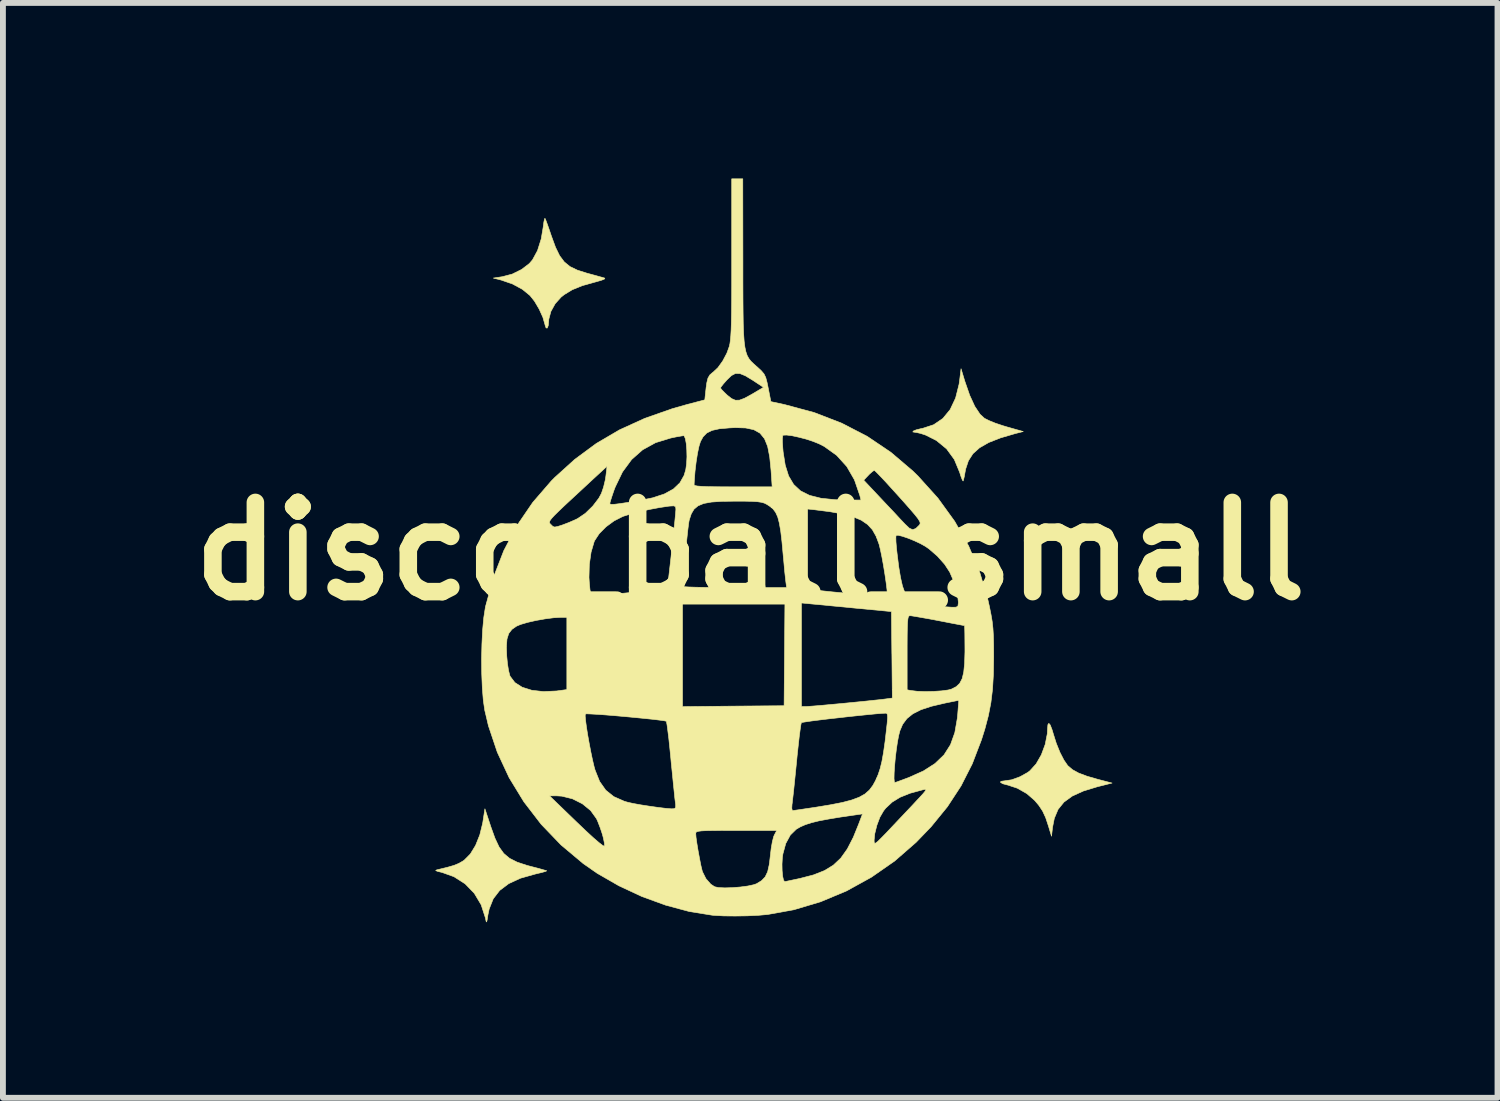
<source format=kicad_pcb>
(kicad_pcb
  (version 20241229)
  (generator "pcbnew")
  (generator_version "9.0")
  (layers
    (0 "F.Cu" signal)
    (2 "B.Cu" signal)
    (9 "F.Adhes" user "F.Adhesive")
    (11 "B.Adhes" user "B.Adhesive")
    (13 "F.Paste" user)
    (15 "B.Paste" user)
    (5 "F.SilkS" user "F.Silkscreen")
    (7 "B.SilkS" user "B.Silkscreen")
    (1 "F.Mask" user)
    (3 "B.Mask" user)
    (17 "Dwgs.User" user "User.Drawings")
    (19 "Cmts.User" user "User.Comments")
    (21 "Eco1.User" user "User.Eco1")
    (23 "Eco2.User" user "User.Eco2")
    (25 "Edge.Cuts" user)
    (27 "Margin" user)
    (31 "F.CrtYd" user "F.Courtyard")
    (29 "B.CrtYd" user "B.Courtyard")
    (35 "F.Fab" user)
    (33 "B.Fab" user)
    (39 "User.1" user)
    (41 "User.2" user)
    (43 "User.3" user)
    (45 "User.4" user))
  (footprint "disco_ball_small"
    (layer "F.Cu")
    (at 9.768 6.369)
    (property "Reference" "disco_ball_small" (at 0 0 0) (layer "F.SilkS") (effects (font (size 1.524 1.524) (thickness 0.3))))
    (attr through_hole)
    (fp_poly (pts (xy 3.666 -2.907) (xy 3.75 -2.665) (xy 3.837 -2.476) (xy 3.927 -2.341) (xy 4.002 -2.272) (xy 4.075 -2.235) (xy 4.185 -2.19) (xy 4.313 -2.147) (xy 4.386 -2.125) (xy 4.665 -2.046) (xy 4.527 -2.011) (xy 4.275 -1.937) (xy 4.074 -1.858) (xy 3.919 -1.769) (xy 3.805 -1.667) (xy 3.728 -1.547) (xy 3.681 -1.406) (xy 3.672 -1.358) (xy 3.657 -1.274) (xy 3.643 -1.216) (xy 3.637 -1.201) (xy 3.624 -1.219) (xy 3.601 -1.278) (xy 3.578 -1.35) (xy 3.487 -1.569) (xy 3.355 -1.75) (xy 3.181 -1.893) (xy 2.998 -1.985) (xy 2.91 -2.014) (xy 2.834 -2.031) (xy 2.815 -2.033) (xy 2.778 -2.039) (xy 2.788 -2.055) (xy 2.837 -2.075) (xy 2.917 -2.095) (xy 2.948 -2.101) (xy 3.134 -2.162) (xy 3.291 -2.269) (xy 3.416 -2.421) (xy 3.509 -2.618) (xy 3.569 -2.856) (xy 3.579 -2.93) (xy 3.602 -3.119) (xy 3.666 -2.907)) (stroke (width 0.01) (type solid)) (fill yes) (layer "F.SilkS"))
    (fp_poly (pts (xy -4.431 4.709) (xy -4.361 4.903) (xy -4.291 5.052) (xy -4.211 5.163) (xy -4.112 5.246) (xy -3.984 5.311) (xy -3.818 5.366) (xy -3.723 5.391) (xy -3.615 5.419) (xy -3.531 5.443) (xy -3.483 5.457) (xy -3.477 5.46) (xy -3.498 5.47) (xy -3.561 5.488) (xy -3.654 5.51) (xy -3.674 5.515) (xy -3.926 5.586) (xy -4.127 5.679) (xy -4.281 5.795) (xy -4.391 5.938) (xy -4.46 6.111) (xy -4.482 6.215) (xy -4.495 6.3) (xy -4.504 6.333) (xy -4.513 6.32) (xy -4.524 6.265) (xy -4.597 6.04) (xy -4.714 5.844) (xy -4.871 5.682) (xy -5.062 5.56) (xy -5.263 5.488) (xy -5.344 5.468) (xy -5.374 5.455) (xy -5.36 5.445) (xy -5.32 5.435) (xy -5.169 5.398) (xy -5.059 5.366) (xy -4.977 5.332) (xy -4.908 5.292) (xy -4.884 5.275) (xy -4.782 5.172) (xy -4.692 5.025) (xy -4.62 4.845) (xy -4.571 4.645) (xy -4.567 4.62) (xy -4.533 4.4) (xy -4.431 4.709)) (stroke (width 0.01) (type solid)) (fill yes) (layer "F.SilkS"))
    (fp_poly (pts (xy 5.126 2.968) (xy 5.157 3.048) (xy 5.177 3.115) (xy 5.229 3.28) (xy 5.292 3.436) (xy 5.36 3.568) (xy 5.424 3.661) (xy 5.428 3.665) (xy 5.505 3.731) (xy 5.611 3.789) (xy 5.754 3.843) (xy 5.934 3.895) (xy 6.182 3.96) (xy 5.931 4.023) (xy 5.692 4.096) (xy 5.503 4.182) (xy 5.361 4.285) (xy 5.26 4.41) (xy 5.196 4.562) (xy 5.166 4.713) (xy 5.148 4.868) (xy 5.097 4.699) (xy 5.048 4.551) (xy 4.996 4.439) (xy 4.931 4.341) (xy 4.861 4.258) (xy 4.727 4.141) (xy 4.564 4.048) (xy 4.397 3.993) (xy 4.394 3.993) (xy 4.316 3.972) (xy 4.277 3.949) (xy 4.283 3.931) (xy 4.337 3.923) (xy 4.34 3.923) (xy 4.468 3.904) (xy 4.61 3.852) (xy 4.741 3.779) (xy 4.779 3.75) (xy 4.885 3.633) (xy 4.974 3.478) (xy 5.04 3.3) (xy 5.076 3.118) (xy 5.08 3.041) (xy 5.086 2.963) (xy 5.102 2.94) (xy 5.126 2.968)) (stroke (width 0.01) (type solid)) (fill yes) (layer "F.SilkS"))
    (fp_poly (pts (xy -3.493 -5.659) (xy -3.466 -5.586) (xy -3.43 -5.483) (xy -3.397 -5.386) (xy -3.327 -5.195) (xy -3.257 -5.051) (xy -3.177 -4.944) (xy -3.079 -4.864) (xy -2.952 -4.803) (xy -2.788 -4.751) (xy -2.754 -4.742) (xy -2.644 -4.712) (xy -2.551 -4.686) (xy -2.492 -4.669) (xy -2.484 -4.666) (xy -2.488 -4.653) (xy -2.538 -4.632) (xy -2.623 -4.607) (xy -2.653 -4.599) (xy -2.87 -4.538) (xy -3.042 -4.468) (xy -3.178 -4.385) (xy -3.232 -4.342) (xy -3.333 -4.229) (xy -3.406 -4.097) (xy -3.441 -3.965) (xy -3.443 -3.937) (xy -3.451 -3.856) (xy -3.468 -3.814) (xy -3.488 -3.816) (xy -3.506 -3.868) (xy -3.508 -3.878) (xy -3.543 -3.999) (xy -3.606 -4.138) (xy -3.685 -4.272) (xy -3.763 -4.37) (xy -3.893 -4.476) (xy -4.061 -4.567) (xy -4.249 -4.632) (xy -4.251 -4.633) (xy -4.389 -4.668) (xy -4.237 -4.691) (xy -4.066 -4.736) (xy -3.906 -4.815) (xy -3.774 -4.916) (xy -3.72 -4.979) (xy -3.634 -5.137) (xy -3.571 -5.337) (xy -3.537 -5.539) (xy -3.526 -5.624) (xy -3.514 -5.678) (xy -3.507 -5.689) (xy -3.493 -5.659)) (stroke (width 0.01) (type solid)) (fill yes) (layer "F.SilkS"))
    (fp_poly (pts (xy -0.125 -4.95) (xy -0.125 -4.612) (xy -0.124 -4.324) (xy -0.122 -4.084) (xy -0.119 -3.885) (xy -0.113 -3.723) (xy -0.104 -3.592) (xy -0.091 -3.489) (xy -0.074 -3.409) (xy -0.052 -3.345) (xy -0.024 -3.294) (xy 0.01 -3.25) (xy 0.052 -3.209) (xy 0.101 -3.165) (xy 0.119 -3.15) (xy 0.189 -3.085) (xy 0.235 -3.031) (xy 0.265 -2.97) (xy 0.288 -2.884) (xy 0.307 -2.791) (xy 0.353 -2.557) (xy 0.593 -2.505) (xy 1.094 -2.37) (xy 1.562 -2.189) (xy 1.998 -1.964) (xy 2.403 -1.691) (xy 2.778 -1.372) (xy 2.866 -1.286) (xy 3.206 -0.909) (xy 3.494 -0.511) (xy 3.732 -0.091) (xy 3.92 0.355) (xy 4.061 0.829) (xy 4.087 0.945) (xy 4.114 1.08) (xy 4.134 1.198) (xy 4.147 1.316) (xy 4.155 1.446) (xy 4.159 1.604) (xy 4.16 1.804) (xy 4.16 1.806) (xy 4.155 2.101) (xy 4.14 2.357) (xy 4.112 2.587) (xy 4.069 2.809) (xy 4.009 3.037) (xy 3.951 3.221) (xy 3.794 3.631) (xy 3.602 4.009) (xy 3.369 4.365) (xy 3.09 4.707) (xy 2.834 4.973) (xy 2.468 5.292) (xy 2.07 5.569) (xy 1.646 5.803) (xy 1.201 5.989) (xy 0.744 6.125) (xy 0.296 6.206) (xy 0.137 6.22) (xy -0.054 6.229) (xy -0.257 6.232) (xy -0.451 6.23) (xy -0.615 6.221) (xy -0.649 6.218) (xy -1.041 6.155) (xy -1.446 6.046) (xy -1.852 5.898) (xy -2.246 5.714) (xy -2.616 5.501) (xy -2.854 5.335) (xy -3.233 5.017) (xy -3.572 4.664) (xy -3.868 4.279) (xy -3.929 4.179) (xy -3.429 4.179) (xy -2.963 4.629) (xy -2.808 4.777) (xy -2.68 4.895) (xy -2.582 4.979) (xy -2.518 5.028) (xy -2.49 5.039) (xy -2.489 5.037) (xy -2.491 4.989) (xy -2.507 4.907) (xy -2.526 4.834) (xy -2.531 4.819) (xy -0.931 4.819) (xy -0.926 4.887) (xy -0.911 4.992) (xy -0.89 5.119) (xy -0.866 5.249) (xy -0.843 5.367) (xy -0.822 5.454) (xy -0.816 5.475) (xy -0.757 5.593) (xy -0.674 5.688) (xy -0.607 5.732) (xy -0.54 5.746) (xy -0.433 5.751) (xy -0.304 5.747) (xy -0.167 5.736) (xy -0.04 5.719) (xy 0.061 5.697) (xy 0.107 5.681) (xy 0.194 5.628) (xy 0.256 5.563) (xy 0.298 5.475) (xy 0.326 5.351) (xy 0.327 5.345) (xy 0.543 5.345) (xy 0.545 5.456) (xy 0.554 5.552) (xy 0.569 5.619) (xy 0.588 5.644) (xy 0.622 5.638) (xy 0.698 5.622) (xy 0.802 5.6) (xy 0.857 5.588) (xy 1.083 5.529) (xy 1.268 5.456) (xy 1.42 5.363) (xy 1.548 5.242) (xy 1.659 5.086) (xy 1.738 4.933) (xy 2.117 4.933) (xy 2.118 4.969) (xy 2.124 4.988) (xy 2.143 4.986) (xy 2.178 4.959) (xy 2.236 4.902) (xy 2.323 4.813) (xy 2.421 4.709) (xy 2.541 4.582) (xy 2.662 4.454) (xy 2.772 4.338) (xy 2.858 4.245) (xy 2.88 4.222) (xy 2.955 4.14) (xy 2.994 4.092) (xy 3.002 4.071) (xy 2.982 4.068) (xy 2.949 4.075) (xy 2.732 4.134) (xy 2.56 4.203) (xy 2.425 4.286) (xy 2.315 4.389) (xy 2.278 4.436) (xy 2.216 4.543) (xy 2.164 4.681) (xy 2.128 4.825) (xy 2.117 4.933) (xy 1.738 4.933) (xy 1.761 4.888) (xy 1.852 4.664) (xy 1.919 4.487) (xy 1.799 4.504) (xy 1.544 4.541) (xy 1.339 4.575) (xy 1.174 4.606) (xy 1.044 4.638) (xy 0.942 4.671) (xy 0.859 4.707) (xy 0.788 4.748) (xy 0.788 4.748) (xy 0.685 4.849) (xy 0.607 4.993) (xy 0.558 5.172) (xy 0.549 5.234) (xy 0.543 5.345) (xy 0.327 5.345) (xy 0.343 5.207) (xy 0.358 5.079) (xy 0.378 4.963) (xy 0.4 4.877) (xy 0.41 4.852) (xy 0.453 4.77) (xy -0.239 4.77) (xy -0.455 4.77) (xy -0.621 4.771) (xy -0.743 4.773) (xy -0.829 4.777) (xy -0.884 4.784) (xy -0.915 4.793) (xy -0.928 4.805) (xy -0.931 4.819) (xy -2.531 4.819) (xy -2.563 4.724) (xy -2.604 4.618) (xy -2.626 4.569) (xy -2.727 4.429) (xy -2.868 4.314) (xy -3.037 4.229) (xy -3.218 4.184) (xy -3.314 4.178) (xy -3.429 4.179) (xy -3.929 4.179) (xy -4.119 3.868) (xy -4.321 3.434) (xy -4.473 2.981) (xy -4.512 2.814) (xy -2.82 2.814) (xy -2.813 2.892) (xy -2.798 3.004) (xy -2.777 3.138) (xy -2.751 3.283) (xy -2.723 3.429) (xy -2.695 3.563) (xy -2.668 3.677) (xy -2.651 3.738) (xy -2.573 3.933) (xy -2.468 4.082) (xy -2.331 4.192) (xy -2.152 4.271) (xy -2.09 4.289) (xy -2 4.309) (xy -1.873 4.332) (xy -1.725 4.355) (xy -1.577 4.376) (xy -1.445 4.392) (xy -1.349 4.4) (xy -1.344 4.4) (xy -1.294 4.398) (xy -1.288 4.392) (xy 0.71 4.392) (xy 0.719 4.429) (xy 0.723 4.431) (xy 0.759 4.426) (xy 0.839 4.415) (xy 0.953 4.398) (xy 1.088 4.378) (xy 1.115 4.374) (xy 1.369 4.332) (xy 1.574 4.292) (xy 1.736 4.249) (xy 1.862 4.202) (xy 1.96 4.147) (xy 2.036 4.08) (xy 2.096 4) (xy 2.142 3.916) (xy 2.157 3.881) (xy 2.457 3.881) (xy 2.462 3.939) (xy 2.47 3.951) (xy 2.502 3.942) (xy 2.573 3.916) (xy 2.67 3.88) (xy 2.71 3.865) (xy 2.96 3.753) (xy 3.158 3.626) (xy 3.311 3.479) (xy 3.422 3.305) (xy 3.496 3.098) (xy 3.539 2.851) (xy 3.546 2.777) (xy 3.564 2.546) (xy 3.327 2.594) (xy 3.097 2.648) (xy 2.917 2.707) (xy 2.78 2.776) (xy 2.678 2.858) (xy 2.604 2.957) (xy 2.557 3.068) (xy 2.536 3.15) (xy 2.515 3.262) (xy 2.496 3.393) (xy 2.479 3.532) (xy 2.467 3.667) (xy 2.459 3.787) (xy 2.457 3.881) (xy 2.157 3.881) (xy 2.185 3.818) (xy 2.22 3.713) (xy 2.25 3.591) (xy 2.277 3.441) (xy 2.304 3.252) (xy 2.325 3.07) (xy 2.34 2.936) (xy 2.347 2.847) (xy 2.345 2.796) (xy 2.336 2.772) (xy 2.318 2.766) (xy 2.316 2.766) (xy 2.255 2.769) (xy 2.154 2.777) (xy 2.019 2.79) (xy 1.862 2.806) (xy 1.691 2.824) (xy 1.516 2.844) (xy 1.344 2.863) (xy 1.187 2.882) (xy 1.052 2.899) (xy 0.949 2.914) (xy 0.887 2.924) (xy 0.874 2.928) (xy 0.866 2.961) (xy 0.854 3.042) (xy 0.838 3.163) (xy 0.821 3.315) (xy 0.802 3.49) (xy 0.793 3.584) (xy 0.774 3.774) (xy 0.756 3.951) (xy 0.74 4.106) (xy 0.726 4.227) (xy 0.717 4.307) (xy 0.714 4.325) (xy 0.71 4.392) (xy -1.288 4.392) (xy -1.274 4.379) (xy -1.274 4.327) (xy -1.28 4.283) (xy -1.288 4.219) (xy -1.299 4.11) (xy -1.314 3.965) (xy -1.331 3.794) (xy -1.35 3.608) (xy -1.356 3.542) (xy -1.374 3.361) (xy -1.391 3.199) (xy -1.408 3.064) (xy -1.421 2.966) (xy -1.431 2.912) (xy -1.434 2.904) (xy -1.468 2.896) (xy -1.548 2.885) (xy -1.664 2.871) (xy -1.809 2.856) (xy -1.971 2.84) (xy -2.142 2.824) (xy -2.312 2.809) (xy -2.471 2.796) (xy -2.611 2.786) (xy -2.722 2.78) (xy -2.794 2.777) (xy -2.817 2.78) (xy -2.82 2.814) (xy -4.512 2.814) (xy -4.535 2.719) (xy -4.56 2.549) (xy -4.577 2.337) (xy -4.587 2.097) (xy -4.59 1.843) (xy -4.585 1.631) (xy -4.166 1.631) (xy -4.16 1.792) (xy -4.148 1.918) (xy -4.13 2.033) (xy -4.109 2.118) (xy -4.102 2.136) (xy -4.021 2.243) (xy -3.896 2.323) (xy -3.731 2.375) (xy -3.534 2.397) (xy -3.309 2.387) (xy -3.264 2.381) (xy -3.133 2.363) (xy -3.133 1.129) (xy -3.239 1.129) (xy -3.36 1.136) (xy -3.506 1.155) (xy -3.659 1.182) (xy -3.804 1.215) (xy -3.923 1.25) (xy -3.992 1.279) (xy -4.072 1.335) (xy -4.126 1.405) (xy -4.156 1.5) (xy -4.166 1.631) (xy -4.585 1.631) (xy -4.584 1.588) (xy -4.572 1.346) (xy -4.552 1.131) (xy -4.525 0.957) (xy -4.522 0.941) (xy -4.511 0.903) (xy -1.157 0.903) (xy -1.157 2.654) (xy -1.062 2.653) (xy 0.875 2.653) (xy 0.948 2.653) (xy 0.998 2.65) (xy 1.094 2.643) (xy 1.227 2.632) (xy 1.387 2.617) (xy 1.564 2.601) (xy 1.604 2.597) (xy 1.788 2.579) (xy 1.96 2.562) (xy 2.11 2.546) (xy 2.227 2.534) (xy 2.3 2.525) (xy 2.308 2.524) (xy 2.428 2.508) (xy 2.421 1.769) (xy 2.42 1.734) (xy 2.681 1.734) (xy 2.681 2.367) (xy 2.745 2.379) (xy 2.852 2.392) (xy 2.988 2.397) (xy 3.133 2.394) (xy 3.27 2.385) (xy 3.382 2.37) (xy 3.441 2.354) (xy 3.52 2.313) (xy 3.579 2.257) (xy 3.621 2.177) (xy 3.648 2.066) (xy 3.663 1.917) (xy 3.669 1.721) (xy 3.669 1.67) (xy 3.668 1.527) (xy 3.667 1.407) (xy 3.665 1.319) (xy 3.663 1.274) (xy 3.662 1.27) (xy 3.633 1.265) (xy 3.559 1.251) (xy 3.448 1.23) (xy 3.31 1.203) (xy 3.217 1.185) (xy 3.064 1.156) (xy 2.928 1.132) (xy 2.819 1.113) (xy 2.749 1.102) (xy 2.731 1.101) (xy 2.714 1.104) (xy 2.702 1.12) (xy 2.694 1.155) (xy 2.688 1.214) (xy 2.684 1.307) (xy 2.682 1.438) (xy 2.681 1.616) (xy 2.681 1.734) (xy 2.42 1.734) (xy 2.413 1.03) (xy 1.792 0.971) (xy 1.601 0.952) (xy 1.419 0.935) (xy 1.258 0.919) (xy 1.128 0.907) (xy 1.04 0.899) (xy 1.023 0.897) (xy 0.875 0.883) (xy 0.875 2.653) (xy -1.062 2.653) (xy -0.289 2.646) (xy 0.579 2.639) (xy 0.586 1.771) (xy 0.593 0.903) (xy -1.157 0.903) (xy -4.511 0.903) (xy -4.388 0.448) (xy -4.388 0.447) (xy -2.755 0.447) (xy -2.749 0.543) (xy -2.738 0.654) (xy -2.726 0.719) (xy -2.709 0.752) (xy -2.682 0.762) (xy -2.67 0.763) (xy -2.625 0.76) (xy -2.533 0.752) (xy -2.404 0.74) (xy -2.246 0.725) (xy -2.069 0.707) (xy -2.018 0.702) (xy -1.842 0.683) (xy -1.686 0.667) (xy -1.558 0.653) (xy -1.468 0.642) (xy -1.422 0.636) (xy -1.418 0.636) (xy -1.413 0.607) (xy -1.412 0.6) (xy -1.157 0.6) (xy -1.13 0.605) (xy -1.053 0.61) (xy -0.933 0.614) (xy -0.777 0.617) (xy -0.592 0.619) (xy -0.383 0.621) (xy -0.268 0.621) (xy 0.622 0.621) (xy 0.608 0.515) (xy 0.6 0.445) (xy 0.588 0.335) (xy 0.576 0.199) (xy 0.563 0.061) (xy 0.542 -0.167) (xy 0.521 -0.345) (xy 0.497 -0.483) (xy 0.47 -0.586) (xy 0.435 -0.663) (xy 0.391 -0.722) (xy 0.354 -0.753) (xy 0.699 -0.753) (xy 0.715 -0.637) (xy 0.723 -0.574) (xy 0.736 -0.465) (xy 0.752 -0.321) (xy 0.771 -0.154) (xy 0.791 0.025) (xy 0.793 0.042) (xy 0.813 0.215) (xy 0.832 0.369) (xy 0.849 0.494) (xy 0.863 0.582) (xy 0.872 0.625) (xy 0.873 0.627) (xy 0.905 0.635) (xy 0.983 0.647) (xy 1.099 0.661) (xy 1.242 0.677) (xy 1.404 0.694) (xy 1.576 0.71) (xy 1.746 0.726) (xy 1.907 0.739) (xy 2.049 0.75) (xy 2.162 0.757) (xy 2.208 0.759) (xy 2.286 0.756) (xy 2.335 0.744) (xy 2.342 0.735) (xy 2.337 0.655) (xy 2.322 0.536) (xy 2.301 0.392) (xy 2.276 0.238) (xy 2.249 0.091) (xy 2.223 -0.034) (xy 2.201 -0.123) (xy 2.2 -0.125) (xy 2.158 -0.238) (xy 2.488 -0.238) (xy 2.49 -0.161) (xy 2.499 -0.054) (xy 2.509 0.035) (xy 2.538 0.269) (xy 2.569 0.453) (xy 2.601 0.593) (xy 2.639 0.698) (xy 2.685 0.774) (xy 2.741 0.826) (xy 2.806 0.862) (xy 2.886 0.885) (xy 3.006 0.909) (xy 3.15 0.93) (xy 3.302 0.946) (xy 3.446 0.956) (xy 3.45 0.956) (xy 3.519 0.955) (xy 3.549 0.935) (xy 3.556 0.884) (xy 3.556 0.866) (xy 3.544 0.759) (xy 3.511 0.625) (xy 3.465 0.484) (xy 3.41 0.358) (xy 3.41 0.357) (xy 3.321 0.221) (xy 3.197 0.082) (xy 3.055 -0.041) (xy 2.993 -0.084) (xy 2.907 -0.132) (xy 2.804 -0.18) (xy 2.698 -0.223) (xy 2.601 -0.256) (xy 2.528 -0.274) (xy 2.492 -0.272) (xy 2.488 -0.238) (xy 2.158 -0.238) (xy 2.15 -0.258) (xy 2.087 -0.369) (xy 2.005 -0.458) (xy 1.898 -0.531) (xy 1.759 -0.589) (xy 1.584 -0.636) (xy 1.364 -0.676) (xy 1.096 -0.71) (xy 1.048 -0.715) (xy 0.699 -0.753) (xy 0.354 -0.753) (xy 0.334 -0.769) (xy 0.283 -0.802) (xy 0.241 -0.823) (xy 0.191 -0.837) (xy 0.124 -0.847) (xy 0.028 -0.853) (xy -0.105 -0.856) (xy -0.265 -0.856) (xy -0.488 -0.853) (xy -0.662 -0.841) (xy -0.794 -0.817) (xy -0.891 -0.777) (xy -0.96 -0.719) (xy -1.007 -0.64) (xy -1.041 -0.537) (xy -1.046 -0.515) (xy -1.054 -0.462) (xy -1.066 -0.365) (xy -1.08 -0.236) (xy -1.096 -0.085) (xy -1.112 0.076) (xy -1.128 0.234) (xy -1.141 0.378) (xy -1.151 0.497) (xy -1.156 0.578) (xy -1.157 0.6) (xy -1.412 0.6) (xy -1.403 0.532) (xy -1.39 0.42) (xy -1.374 0.28) (xy -1.356 0.121) (xy -1.337 -0.048) (xy -1.319 -0.216) (xy -1.303 -0.375) (xy -1.288 -0.514) (xy -1.277 -0.626) (xy -1.271 -0.7) (xy -1.27 -0.723) (xy -1.276 -0.761) (xy -1.303 -0.776) (xy -1.366 -0.773) (xy -1.39 -0.771) (xy -1.545 -0.748) (xy -1.72 -0.715) (xy -1.895 -0.675) (xy -2.053 -0.634) (xy -2.175 -0.596) (xy -2.179 -0.594) (xy -2.325 -0.52) (xy -2.464 -0.418) (xy -2.58 -0.301) (xy -2.659 -0.181) (xy -2.667 -0.162) (xy -2.719 0.015) (xy -2.749 0.225) (xy -2.755 0.447) (xy -4.388 0.447) (xy -4.21 -0.011) (xy -3.986 -0.438) (xy -3.942 -0.503) (xy -3.43 -0.503) (xy -3.429 -0.486) (xy -3.42 -0.472) (xy -3.406 -0.457) (xy -3.405 -0.457) (xy -3.373 -0.425) (xy -3.341 -0.414) (xy -3.291 -0.423) (xy -3.207 -0.45) (xy -3.097 -0.492) (xy -2.989 -0.539) (xy -2.948 -0.559) (xy -2.817 -0.648) (xy -2.691 -0.771) (xy -2.656 -0.816) (xy -2.399 -0.816) (xy -2.392 -0.806) (xy -2.368 -0.801) (xy -2.319 -0.803) (xy -2.237 -0.813) (xy -2.115 -0.831) (xy -1.946 -0.857) (xy -1.914 -0.863) (xy -1.664 -0.914) (xy -1.465 -0.98) (xy -1.312 -1.064) (xy -1.236 -1.136) (xy -0.959 -1.136) (xy -0.946 -1.124) (xy -0.905 -1.115) (xy -0.83 -1.109) (xy -0.715 -1.104) (xy -0.555 -1.102) (xy -0.346 -1.101) (xy -0.292 -1.101) (xy 0.375 -1.101) (xy 0.356 -1.382) (xy 0.333 -1.611) (xy 0.298 -1.791) (xy 0.268 -1.865) (xy 0.55 -1.865) (xy 0.557 -1.759) (xy 0.562 -1.7) (xy 0.598 -1.472) (xy 0.656 -1.287) (xy 0.742 -1.142) (xy 0.86 -1.032) (xy 1.014 -0.955) (xy 1.21 -0.906) (xy 1.452 -0.881) (xy 1.602 -0.877) (xy 1.892 -0.875) (xy 1.873 -0.953) (xy 1.783 -1.215) (xy 1.939 -1.215) (xy 2.238 -0.897) (xy 2.352 -0.776) (xy 2.462 -0.66) (xy 2.556 -0.558) (xy 2.627 -0.483) (xy 2.645 -0.464) (xy 2.719 -0.394) (xy 2.776 -0.369) (xy 2.83 -0.39) (xy 2.885 -0.443) (xy 2.9 -0.463) (xy 2.904 -0.485) (xy 2.893 -0.516) (xy 2.864 -0.561) (xy 2.812 -0.627) (xy 2.733 -0.719) (xy 2.623 -0.844) (xy 2.537 -0.94) (xy 2.418 -1.071) (xy 2.312 -1.188) (xy 2.223 -1.282) (xy 2.159 -1.348) (xy 2.124 -1.381) (xy 2.12 -1.383) (xy 2.089 -1.364) (xy 2.037 -1.318) (xy 2.019 -1.299) (xy 1.939 -1.215) (xy 1.783 -1.215) (xy 1.782 -1.219) (xy 1.65 -1.448) (xy 1.477 -1.639) (xy 1.265 -1.791) (xy 1.175 -1.837) (xy 1.073 -1.878) (xy 0.954 -1.917) (xy 0.83 -1.949) (xy 0.716 -1.974) (xy 0.623 -1.986) (xy 0.566 -1.984) (xy 0.557 -1.979) (xy 0.55 -1.943) (xy 0.55 -1.865) (xy 0.268 -1.865) (xy 0.244 -1.924) (xy 0.167 -2.018) (xy 0.062 -2.077) (xy -0.077 -2.107) (xy -0.255 -2.113) (xy -0.356 -2.108) (xy -0.527 -2.093) (xy -0.653 -2.065) (xy -0.742 -2.021) (xy -0.806 -1.955) (xy -0.85 -1.875) (xy -0.875 -1.795) (xy -0.901 -1.673) (xy -0.924 -1.525) (xy -0.943 -1.367) (xy -0.955 -1.212) (xy -0.959 -1.136) (xy -1.236 -1.136) (xy -1.202 -1.169) (xy -1.13 -1.296) (xy -1.101 -1.395) (xy -1.087 -1.497) (xy -1.081 -1.614) (xy -1.084 -1.733) (xy -1.093 -1.841) (xy -1.108 -1.924) (xy -1.128 -1.97) (xy -1.138 -1.975) (xy -1.181 -1.969) (xy -1.262 -1.955) (xy -1.358 -1.935) (xy -1.616 -1.856) (xy -1.838 -1.734) (xy -2.026 -1.568) (xy -2.182 -1.356) (xy -2.306 -1.099) (xy -2.325 -1.05) (xy -2.36 -0.948) (xy -2.386 -0.867) (xy -2.399 -0.82) (xy -2.399 -0.816) (xy -2.656 -0.816) (xy -2.586 -0.908) (xy -2.542 -0.99) (xy -2.506 -1.095) (xy -2.476 -1.22) (xy -2.466 -1.286) (xy -2.446 -1.453) (xy -2.698 -1.221) (xy -2.895 -1.038) (xy -3.056 -0.889) (xy -3.182 -0.772) (xy -3.278 -0.68) (xy -3.347 -0.612) (xy -3.393 -0.562) (xy -3.419 -0.527) (xy -3.43 -0.503) (xy -3.942 -0.503) (xy -3.716 -0.834) (xy -3.399 -1.201) (xy -3.345 -1.256) (xy -2.999 -1.569) (xy -2.631 -1.841) (xy -2.234 -2.074) (xy -1.802 -2.271) (xy -1.329 -2.437) (xy -1.072 -2.51) (xy -0.776 -2.587) (xy -0.758 -2.754) (xy -0.754 -2.79) (xy -0.508 -2.79) (xy -0.489 -2.763) (xy -0.439 -2.712) (xy -0.392 -2.667) (xy -0.319 -2.609) (xy -0.254 -2.581) (xy -0.184 -2.582) (xy -0.096 -2.615) (xy 0.023 -2.68) (xy 0.052 -2.697) (xy 0.227 -2.801) (xy 0.039 -2.925) (xy -0.084 -2.999) (xy -0.177 -3.037) (xy -0.252 -3.038) (xy -0.32 -3.003) (xy -0.396 -2.93) (xy -0.398 -2.928) (xy -0.458 -2.86) (xy -0.498 -2.809) (xy -0.508 -2.79) (xy -0.754 -2.79) (xy -0.742 -2.878) (xy -0.722 -2.959) (xy -0.69 -3.013) (xy -0.643 -3.054) (xy -0.634 -3.06) (xy -0.552 -3.137) (xy -0.47 -3.251) (xy -0.399 -3.385) (xy -0.357 -3.501) (xy -0.347 -3.546) (xy -0.339 -3.605) (xy -0.332 -3.682) (xy -0.326 -3.784) (xy -0.322 -3.913) (xy -0.319 -4.077) (xy -0.317 -4.279) (xy -0.316 -4.525) (xy -0.316 -4.819) (xy -0.316 -5.009) (xy -0.316 -6.364) (xy -0.127 -6.364) (xy -0.125 -4.95)) (stroke (width 0.01) (type solid)) (fill yes) (layer "F.SilkS")))
  (gr_rect
    (start -3 -3)
    (end 22.536 15.707)
    (stroke (width 0.1) (type default))
    (fill no)
    (layer "Edge.Cuts")))
</source>
